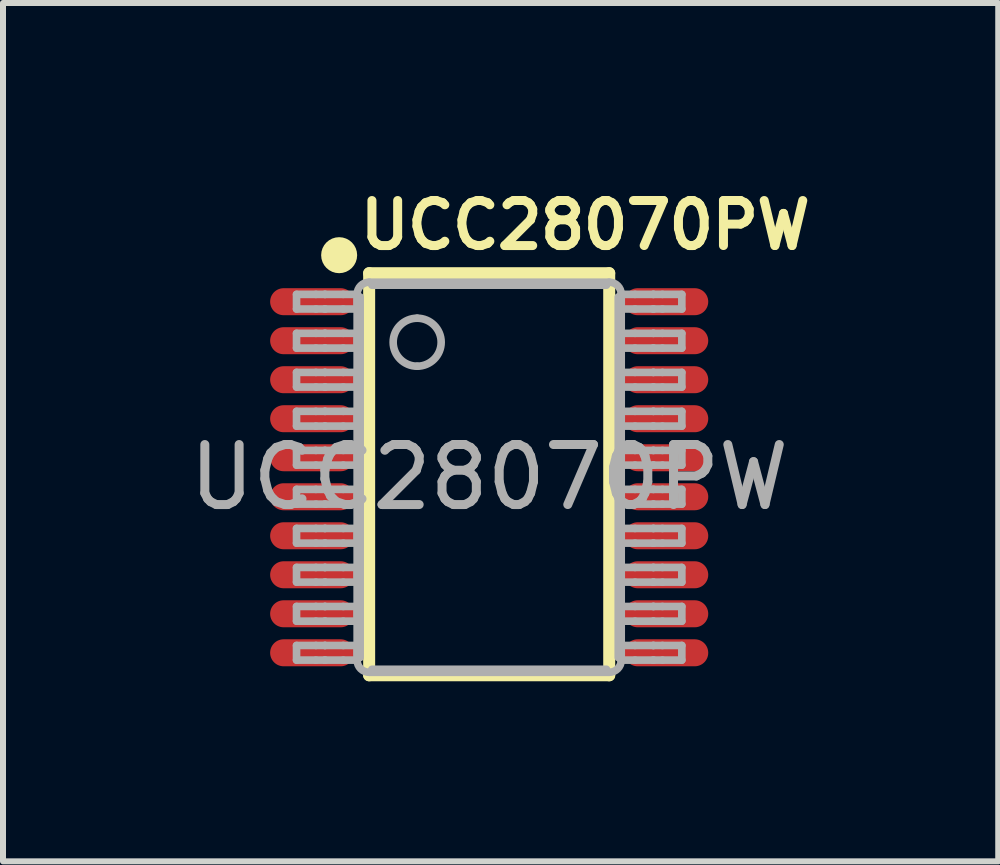
<source format=kicad_pcb>
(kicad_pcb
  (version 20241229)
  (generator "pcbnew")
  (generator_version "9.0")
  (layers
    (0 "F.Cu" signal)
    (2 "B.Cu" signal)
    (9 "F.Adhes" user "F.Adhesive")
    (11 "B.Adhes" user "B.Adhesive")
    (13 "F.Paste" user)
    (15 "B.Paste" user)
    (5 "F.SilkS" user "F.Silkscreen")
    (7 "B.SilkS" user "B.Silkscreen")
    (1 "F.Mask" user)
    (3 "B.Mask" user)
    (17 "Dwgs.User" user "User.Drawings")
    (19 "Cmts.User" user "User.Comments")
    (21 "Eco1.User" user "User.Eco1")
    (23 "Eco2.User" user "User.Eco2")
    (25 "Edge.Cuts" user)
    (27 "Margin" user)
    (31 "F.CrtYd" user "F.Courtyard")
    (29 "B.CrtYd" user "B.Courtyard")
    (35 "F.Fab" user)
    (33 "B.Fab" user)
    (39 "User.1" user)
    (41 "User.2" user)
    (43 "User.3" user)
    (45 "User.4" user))
  (footprint "UCC28070PW"
    (layer "F.Cu")
    (at 5.101 4.902)
    (property "Reference" "UCC28070PW" (at 1.6 -4.2 0) (unlocked yes) (layer "F.SilkS") (effects (font (size 0.75 0.75) (thickness 0.15))))
    (attr smd)
    (fp_line (start -2 -3.4) (end -2 3.3) (stroke (width 0.2) (type default)) (layer "F.SilkS"))
    (fp_line (start -2 -3.4) (end 2 -3.4) (stroke (width 0.2) (type solid)) (layer "F.SilkS"))
    (fp_line (start -2 3.3) (end 2 3.3) (stroke (width 0.2) (type solid)) (layer "F.SilkS"))
    (fp_line (start 2 3.3) (end 2 -3.4) (stroke (width 0.2) (type default)) (layer "F.SilkS"))
    (fp_circle (center -2.5 -3.7) (end -2.35 -3.7) (stroke (width 0.3) (type default)) (fill no) (layer "F.SilkS"))
    (fp_line (start -3.21 -3.047) (end -2.887 -3.047) (stroke (width 0.127) (type solid)) (layer "F.Fab"))
    (fp_line (start -3.21 -2.803) (end -3.21 -3.047) (stroke (width 0.127) (type solid)) (layer "F.Fab"))
    (fp_line (start -3.21 -2.803) (end -2.887 -2.803) (stroke (width 0.127) (type solid)) (layer "F.Fab"))
    (fp_line (start -3.21 -2.398) (end -2.887 -2.398) (stroke (width 0.127) (type solid)) (layer "F.Fab"))
    (fp_line (start -3.21 -2.152) (end -3.21 -2.398) (stroke (width 0.127) (type solid)) (layer "F.Fab"))
    (fp_line (start -3.21 -2.152) (end -2.887 -2.152) (stroke (width 0.127) (type solid)) (layer "F.Fab"))
    (fp_line (start -3.21 -1.747) (end -2.887 -1.747) (stroke (width 0.127) (type solid)) (layer "F.Fab"))
    (fp_line (start -3.21 -1.503) (end -3.21 -1.747) (stroke (width 0.127) (type solid)) (layer "F.Fab"))
    (fp_line (start -3.21 -1.503) (end -2.887 -1.503) (stroke (width 0.127) (type solid)) (layer "F.Fab"))
    (fp_line (start -3.21 -1.098) (end -2.887 -1.098) (stroke (width 0.127) (type solid)) (layer "F.Fab"))
    (fp_line (start -3.21 -0.852) (end -3.21 -1.098) (stroke (width 0.127) (type solid)) (layer "F.Fab"))
    (fp_line (start -3.21 -0.852) (end -2.887 -0.852) (stroke (width 0.127) (type solid)) (layer "F.Fab"))
    (fp_line (start -3.21 -0.447) (end -2.887 -0.447) (stroke (width 0.127) (type solid)) (layer "F.Fab"))
    (fp_line (start -3.21 -0.202) (end -3.21 -0.447) (stroke (width 0.127) (type solid)) (layer "F.Fab"))
    (fp_line (start -3.21 -0.202) (end -2.887 -0.202) (stroke (width 0.127) (type solid)) (layer "F.Fab"))
    (fp_line (start -3.21 0.202) (end -2.887 0.202) (stroke (width 0.127) (type solid)) (layer "F.Fab"))
    (fp_line (start -3.21 0.448) (end -3.21 0.202) (stroke (width 0.127) (type solid)) (layer "F.Fab"))
    (fp_line (start -3.21 0.448) (end -2.887 0.448) (stroke (width 0.127) (type solid)) (layer "F.Fab"))
    (fp_line (start -3.21 0.853) (end -2.887 0.853) (stroke (width 0.127) (type solid)) (layer "F.Fab"))
    (fp_line (start -3.21 1.098) (end -3.21 0.853) (stroke (width 0.127) (type solid)) (layer "F.Fab"))
    (fp_line (start -3.21 1.098) (end -2.887 1.098) (stroke (width 0.127) (type solid)) (layer "F.Fab"))
    (fp_line (start -3.21 1.503) (end -2.887 1.503) (stroke (width 0.127) (type solid)) (layer "F.Fab"))
    (fp_line (start -3.21 1.748) (end -3.21 1.503) (stroke (width 0.127) (type solid)) (layer "F.Fab"))
    (fp_line (start -3.21 1.748) (end -2.887 1.748) (stroke (width 0.127) (type solid)) (layer "F.Fab"))
    (fp_line (start -3.21 2.153) (end -2.887 2.153) (stroke (width 0.127) (type solid)) (layer "F.Fab"))
    (fp_line (start -3.21 2.398) (end -3.21 2.153) (stroke (width 0.127) (type solid)) (layer "F.Fab"))
    (fp_line (start -3.21 2.398) (end -2.887 2.398) (stroke (width 0.127) (type solid)) (layer "F.Fab"))
    (fp_line (start -3.21 2.803) (end -2.887 2.803) (stroke (width 0.127) (type solid)) (layer "F.Fab"))
    (fp_line (start -3.21 3.047) (end -3.21 2.803) (stroke (width 0.127) (type solid)) (layer "F.Fab"))
    (fp_line (start -3.21 3.047) (end -2.887 3.047) (stroke (width 0.127) (type solid)) (layer "F.Fab"))
    (fp_line (start -2.887 -3.047) (end -2.739 -3.047) (stroke (width 0.127) (type solid)) (layer "F.Fab"))
    (fp_line (start -2.887 -2.803) (end -2.739 -2.803) (stroke (width 0.127) (type solid)) (layer "F.Fab"))
    (fp_line (start -2.887 -2.398) (end -2.739 -2.398) (stroke (width 0.127) (type solid)) (layer "F.Fab"))
    (fp_line (start -2.887 -2.152) (end -2.739 -2.152) (stroke (width 0.127) (type solid)) (layer "F.Fab"))
    (fp_line (start -2.887 -1.747) (end -2.739 -1.747) (stroke (width 0.127) (type solid)) (layer "F.Fab"))
    (fp_line (start -2.887 -1.503) (end -2.739 -1.503) (stroke (width 0.127) (type solid)) (layer "F.Fab"))
    (fp_line (start -2.887 -1.098) (end -2.739 -1.098) (stroke (width 0.127) (type solid)) (layer "F.Fab"))
    (fp_line (start -2.887 -0.852) (end -2.739 -0.852) (stroke (width 0.127) (type solid)) (layer "F.Fab"))
    (fp_line (start -2.887 -0.447) (end -2.739 -0.447) (stroke (width 0.127) (type solid)) (layer "F.Fab"))
    (fp_line (start -2.887 -0.202) (end -2.739 -0.202) (stroke (width 0.127) (type solid)) (layer "F.Fab"))
    (fp_line (start -2.887 0.202) (end -2.739 0.202) (stroke (width 0.127) (type solid)) (layer "F.Fab"))
    (fp_line (start -2.887 0.448) (end -2.739 0.448) (stroke (width 0.127) (type solid)) (layer "F.Fab"))
    (fp_line (start -2.887 0.853) (end -2.739 0.853) (stroke (width 0.127) (type solid)) (layer "F.Fab"))
    (fp_line (start -2.887 1.098) (end -2.739 1.098) (stroke (width 0.127) (type solid)) (layer "F.Fab"))
    (fp_line (start -2.887 1.503) (end -2.739 1.503) (stroke (width 0.127) (type solid)) (layer "F.Fab"))
    (fp_line (start -2.887 1.748) (end -2.739 1.748) (stroke (width 0.127) (type solid)) (layer "F.Fab"))
    (fp_line (start -2.887 2.153) (end -2.739 2.153) (stroke (width 0.127) (type solid)) (layer "F.Fab"))
    (fp_line (start -2.887 2.398) (end -2.739 2.398) (stroke (width 0.127) (type solid)) (layer "F.Fab"))
    (fp_line (start -2.887 2.803) (end -2.739 2.803) (stroke (width 0.127) (type solid)) (layer "F.Fab"))
    (fp_line (start -2.887 3.047) (end -2.739 3.047) (stroke (width 0.127) (type solid)) (layer "F.Fab"))
    (fp_line (start -2.739 -3.047) (end -2.733 -3.047) (stroke (width 0.127) (type solid)) (layer "F.Fab"))
    (fp_line (start -2.739 -2.803) (end -2.733 -2.803) (stroke (width 0.127) (type solid)) (layer "F.Fab"))
    (fp_line (start -2.739 -2.398) (end -2.733 -2.398) (stroke (width 0.127) (type solid)) (layer "F.Fab"))
    (fp_line (start -2.739 -2.152) (end -2.733 -2.152) (stroke (width 0.127) (type solid)) (layer "F.Fab"))
    (fp_line (start -2.739 -1.747) (end -2.733 -1.747) (stroke (width 0.127) (type solid)) (layer "F.Fab"))
    (fp_line (start -2.739 -1.503) (end -2.733 -1.503) (stroke (width 0.127) (type solid)) (layer "F.Fab"))
    (fp_line (start -2.739 -1.098) (end -2.733 -1.098) (stroke (width 0.127) (type solid)) (layer "F.Fab"))
    (fp_line (start -2.739 -0.852) (end -2.733 -0.852) (stroke (width 0.127) (type solid)) (layer "F.Fab"))
    (fp_line (start -2.739 -0.447) (end -2.733 -0.447) (stroke (width 0.127) (type solid)) (layer "F.Fab"))
    (fp_line (start -2.739 -0.202) (end -2.733 -0.202) (stroke (width 0.127) (type solid)) (layer "F.Fab"))
    (fp_line (start -2.739 0.202) (end -2.733 0.202) (stroke (width 0.127) (type solid)) (layer "F.Fab"))
    (fp_line (start -2.739 0.448) (end -2.733 0.448) (stroke (width 0.127) (type solid)) (layer "F.Fab"))
    (fp_line (start -2.739 0.853) (end -2.733 0.853) (stroke (width 0.127) (type solid)) (layer "F.Fab"))
    (fp_line (start -2.739 1.098) (end -2.733 1.098) (stroke (width 0.127) (type solid)) (layer "F.Fab"))
    (fp_line (start -2.739 1.503) (end -2.733 1.503) (stroke (width 0.127) (type solid)) (layer "F.Fab"))
    (fp_line (start -2.739 1.748) (end -2.733 1.748) (stroke (width 0.127) (type solid)) (layer "F.Fab"))
    (fp_line (start -2.739 2.153) (end -2.733 2.153) (stroke (width 0.127) (type solid)) (layer "F.Fab"))
    (fp_line (start -2.739 2.398) (end -2.733 2.398) (stroke (width 0.127) (type solid)) (layer "F.Fab"))
    (fp_line (start -2.739 2.803) (end -2.733 2.803) (stroke (width 0.127) (type solid)) (layer "F.Fab"))
    (fp_line (start -2.739 3.047) (end -2.733 3.047) (stroke (width 0.127) (type solid)) (layer "F.Fab"))
    (fp_line (start -2.733 -3.047) (end -2.431 -3.047) (stroke (width 0.127) (type solid)) (layer "F.Fab"))
    (fp_line (start -2.733 -2.803) (end -2.431 -2.803) (stroke (width 0.127) (type solid)) (layer "F.Fab"))
    (fp_line (start -2.733 -2.398) (end -2.431 -2.398) (stroke (width 0.127) (type solid)) (layer "F.Fab"))
    (fp_line (start -2.733 -2.152) (end -2.431 -2.152) (stroke (width 0.127) (type solid)) (layer "F.Fab"))
    (fp_line (start -2.733 -1.747) (end -2.431 -1.747) (stroke (width 0.127) (type solid)) (layer "F.Fab"))
    (fp_line (start -2.733 -1.503) (end -2.431 -1.503) (stroke (width 0.127) (type solid)) (layer "F.Fab"))
    (fp_line (start -2.733 -1.098) (end -2.431 -1.098) (stroke (width 0.127) (type solid)) (layer "F.Fab"))
    (fp_line (start -2.733 -0.852) (end -2.431 -0.852) (stroke (width 0.127) (type solid)) (layer "F.Fab"))
    (fp_line (start -2.733 -0.447) (end -2.431 -0.447) (stroke (width 0.127) (type solid)) (layer "F.Fab"))
    (fp_line (start -2.733 -0.202) (end -2.431 -0.202) (stroke (width 0.127) (type solid)) (layer "F.Fab"))
    (fp_line (start -2.733 0.202) (end -2.431 0.202) (stroke (width 0.127) (type solid)) (layer "F.Fab"))
    (fp_line (start -2.733 0.448) (end -2.431 0.448) (stroke (width 0.127) (type solid)) (layer "F.Fab"))
    (fp_line (start -2.733 0.853) (end -2.431 0.853) (stroke (width 0.127) (type solid)) (layer "F.Fab"))
    (fp_line (start -2.733 1.098) (end -2.431 1.098) (stroke (width 0.127) (type solid)) (layer "F.Fab"))
    (fp_line (start -2.733 1.503) (end -2.431 1.503) (stroke (width 0.127) (type solid)) (layer "F.Fab"))
    (fp_line (start -2.733 1.748) (end -2.431 1.748) (stroke (width 0.127) (type solid)) (layer "F.Fab"))
    (fp_line (start -2.733 2.153) (end -2.431 2.153) (stroke (width 0.127) (type solid)) (layer "F.Fab"))
    (fp_line (start -2.733 2.398) (end -2.431 2.398) (stroke (width 0.127) (type solid)) (layer "F.Fab"))
    (fp_line (start -2.733 2.803) (end -2.431 2.803) (stroke (width 0.127) (type solid)) (layer "F.Fab"))
    (fp_line (start -2.733 3.047) (end -2.431 3.047) (stroke (width 0.127) (type solid)) (layer "F.Fab"))
    (fp_line (start -2.431 -3.047) (end -2.2 -3.047) (stroke (width 0.127) (type solid)) (layer "F.Fab"))
    (fp_line (start -2.431 -2.803) (end -2.2 -2.803) (stroke (width 0.127) (type solid)) (layer "F.Fab"))
    (fp_line (start -2.431 -2.398) (end -2.2 -2.398) (stroke (width 0.127) (type solid)) (layer "F.Fab"))
    (fp_line (start -2.431 -2.152) (end -2.2 -2.152) (stroke (width 0.127) (type solid)) (layer "F.Fab"))
    (fp_line (start -2.431 -1.747) (end -2.2 -1.747) (stroke (width 0.127) (type solid)) (layer "F.Fab"))
    (fp_line (start -2.431 -1.503) (end -2.2 -1.503) (stroke (width 0.127) (type solid)) (layer "F.Fab"))
    (fp_line (start -2.431 -1.098) (end -2.2 -1.098) (stroke (width 0.127) (type solid)) (layer "F.Fab"))
    (fp_line (start -2.431 -0.852) (end -2.2 -0.852) (stroke (width 0.127) (type solid)) (layer "F.Fab"))
    (fp_line (start -2.431 -0.447) (end -2.2 -0.447) (stroke (width 0.127) (type solid)) (layer "F.Fab"))
    (fp_line (start -2.431 -0.202) (end -2.2 -0.202) (stroke (width 0.127) (type solid)) (layer "F.Fab"))
    (fp_line (start -2.431 0.202) (end -2.2 0.202) (stroke (width 0.127) (type solid)) (layer "F.Fab"))
    (fp_line (start -2.431 0.448) (end -2.2 0.448) (stroke (width 0.127) (type solid)) (layer "F.Fab"))
    (fp_line (start -2.431 0.853) (end -2.2 0.853) (stroke (width 0.127) (type solid)) (layer "F.Fab"))
    (fp_line (start -2.431 1.098) (end -2.2 1.098) (stroke (width 0.127) (type solid)) (layer "F.Fab"))
    (fp_line (start -2.431 1.503) (end -2.2 1.503) (stroke (width 0.127) (type solid)) (layer "F.Fab"))
    (fp_line (start -2.431 1.748) (end -2.2 1.748) (stroke (width 0.127) (type solid)) (layer "F.Fab"))
    (fp_line (start -2.431 2.153) (end -2.2 2.153) (stroke (width 0.127) (type solid)) (layer "F.Fab"))
    (fp_line (start -2.431 2.398) (end -2.2 2.398) (stroke (width 0.127) (type solid)) (layer "F.Fab"))
    (fp_line (start -2.431 2.803) (end -2.2 2.803) (stroke (width 0.127) (type solid)) (layer "F.Fab"))
    (fp_line (start -2.431 3.047) (end -2.2 3.047) (stroke (width 0.127) (type solid)) (layer "F.Fab"))
    (fp_line (start -2.2 -2.803) (end -2.2 -3.047) (stroke (width 0.127) (type solid)) (layer "F.Fab"))
    (fp_line (start -2.2 -2.152) (end -2.2 -2.398) (stroke (width 0.127) (type solid)) (layer "F.Fab"))
    (fp_line (start -2.2 -1.503) (end -2.2 -1.747) (stroke (width 0.127) (type solid)) (layer "F.Fab"))
    (fp_line (start -2.2 -0.852) (end -2.2 -1.098) (stroke (width 0.127) (type solid)) (layer "F.Fab"))
    (fp_line (start -2.2 -0.202) (end -2.2 -0.447) (stroke (width 0.127) (type solid)) (layer "F.Fab"))
    (fp_line (start -2.2 0.448) (end -2.2 0.202) (stroke (width 0.127) (type solid)) (layer "F.Fab"))
    (fp_line (start -2.2 1.098) (end -2.2 0.853) (stroke (width 0.127) (type solid)) (layer "F.Fab"))
    (fp_line (start -2.2 1.748) (end -2.2 1.503) (stroke (width 0.127) (type solid)) (layer "F.Fab"))
    (fp_line (start -2.2 2.398) (end -2.2 2.153) (stroke (width 0.127) (type solid)) (layer "F.Fab"))
    (fp_line (start -2.2 3.047) (end -2.2 2.803) (stroke (width 0.127) (type solid)) (layer "F.Fab"))
    (fp_line (start -2.2 3.05) (end -2.2 -3.05) (stroke (width 0.127) (type solid)) (layer "F.Fab"))
    (fp_line (start -2.15 3.004) (end -2.15 -3.004) (stroke (width 0.127) (type solid)) (layer "F.Fab"))
    (fp_line (start -2 -3.25) (end 2 -3.25) (stroke (width 0.127) (type solid)) (layer "F.Fab"))
    (fp_line (start -2 3.25) (end 2 3.25) (stroke (width 0.127) (type solid)) (layer "F.Fab"))
    (fp_line (start -1.954 -3.2) (end 1.954 -3.2) (stroke (width 0.127) (type solid)) (layer "F.Fab"))
    (fp_line (start -1.954 3.2) (end 1.954 3.2) (stroke (width 0.127) (type solid)) (layer "F.Fab"))
    (fp_line (start 2.15 3.004) (end 2.15 -3.004) (stroke (width 0.127) (type solid)) (layer "F.Fab"))
    (fp_line (start 2.2 -3.047) (end 2.43 -3.047) (stroke (width 0.127) (type solid)) (layer "F.Fab"))
    (fp_line (start 2.2 -2.803) (end 2.2 -3.047) (stroke (width 0.127) (type solid)) (layer "F.Fab"))
    (fp_line (start 2.2 -2.803) (end 2.43 -2.803) (stroke (width 0.127) (type solid)) (layer "F.Fab"))
    (fp_line (start 2.2 -2.398) (end 2.43 -2.398) (stroke (width 0.127) (type solid)) (layer "F.Fab"))
    (fp_line (start 2.2 -2.152) (end 2.2 -2.398) (stroke (width 0.127) (type solid)) (layer "F.Fab"))
    (fp_line (start 2.2 -2.152) (end 2.43 -2.152) (stroke (width 0.127) (type solid)) (layer "F.Fab"))
    (fp_line (start 2.2 -1.747) (end 2.43 -1.747) (stroke (width 0.127) (type solid)) (layer "F.Fab"))
    (fp_line (start 2.2 -1.503) (end 2.2 -1.747) (stroke (width 0.127) (type solid)) (layer "F.Fab"))
    (fp_line (start 2.2 -1.503) (end 2.43 -1.503) (stroke (width 0.127) (type solid)) (layer "F.Fab"))
    (fp_line (start 2.2 -1.098) (end 2.43 -1.098) (stroke (width 0.127) (type solid)) (layer "F.Fab"))
    (fp_line (start 2.2 -0.852) (end 2.2 -1.098) (stroke (width 0.127) (type solid)) (layer "F.Fab"))
    (fp_line (start 2.2 -0.852) (end 2.43 -0.852) (stroke (width 0.127) (type solid)) (layer "F.Fab"))
    (fp_line (start 2.2 -0.447) (end 2.43 -0.447) (stroke (width 0.127) (type solid)) (layer "F.Fab"))
    (fp_line (start 2.2 -0.202) (end 2.2 -0.447) (stroke (width 0.127) (type solid)) (layer "F.Fab"))
    (fp_line (start 2.2 -0.202) (end 2.43 -0.202) (stroke (width 0.127) (type solid)) (layer "F.Fab"))
    (fp_line (start 2.2 0.202) (end 2.43 0.202) (stroke (width 0.127) (type solid)) (layer "F.Fab"))
    (fp_line (start 2.2 0.448) (end 2.2 0.202) (stroke (width 0.127) (type solid)) (layer "F.Fab"))
    (fp_line (start 2.2 0.448) (end 2.43 0.448) (stroke (width 0.127) (type solid)) (layer "F.Fab"))
    (fp_line (start 2.2 0.853) (end 2.43 0.853) (stroke (width 0.127) (type solid)) (layer "F.Fab"))
    (fp_line (start 2.2 1.098) (end 2.2 0.853) (stroke (width 0.127) (type solid)) (layer "F.Fab"))
    (fp_line (start 2.2 1.098) (end 2.43 1.098) (stroke (width 0.127) (type solid)) (layer "F.Fab"))
    (fp_line (start 2.2 1.503) (end 2.43 1.503) (stroke (width 0.127) (type solid)) (layer "F.Fab"))
    (fp_line (start 2.2 1.748) (end 2.2 1.503) (stroke (width 0.127) (type solid)) (layer "F.Fab"))
    (fp_line (start 2.2 1.748) (end 2.43 1.748) (stroke (width 0.127) (type solid)) (layer "F.Fab"))
    (fp_line (start 2.2 2.153) (end 2.43 2.153) (stroke (width 0.127) (type solid)) (layer "F.Fab"))
    (fp_line (start 2.2 2.398) (end 2.2 2.153) (stroke (width 0.127) (type solid)) (layer "F.Fab"))
    (fp_line (start 2.2 2.398) (end 2.43 2.398) (stroke (width 0.127) (type solid)) (layer "F.Fab"))
    (fp_line (start 2.2 2.803) (end 2.43 2.803) (stroke (width 0.127) (type solid)) (layer "F.Fab"))
    (fp_line (start 2.2 3.047) (end 2.2 2.803) (stroke (width 0.127) (type solid)) (layer "F.Fab"))
    (fp_line (start 2.2 3.047) (end 2.43 3.047) (stroke (width 0.127) (type solid)) (layer "F.Fab"))
    (fp_line (start 2.2 3.05) (end 2.2 -3.05) (stroke (width 0.127) (type solid)) (layer "F.Fab"))
    (fp_line (start 2.43 -3.047) (end 2.733 -3.047) (stroke (width 0.127) (type solid)) (layer "F.Fab"))
    (fp_line (start 2.43 -2.803) (end 2.733 -2.803) (stroke (width 0.127) (type solid)) (layer "F.Fab"))
    (fp_line (start 2.43 -2.398) (end 2.733 -2.398) (stroke (width 0.127) (type solid)) (layer "F.Fab"))
    (fp_line (start 2.43 -2.152) (end 2.733 -2.152) (stroke (width 0.127) (type solid)) (layer "F.Fab"))
    (fp_line (start 2.43 -1.747) (end 2.733 -1.747) (stroke (width 0.127) (type solid)) (layer "F.Fab"))
    (fp_line (start 2.43 -1.503) (end 2.733 -1.503) (stroke (width 0.127) (type solid)) (layer "F.Fab"))
    (fp_line (start 2.43 -1.098) (end 2.733 -1.098) (stroke (width 0.127) (type solid)) (layer "F.Fab"))
    (fp_line (start 2.43 -0.852) (end 2.733 -0.852) (stroke (width 0.127) (type solid)) (layer "F.Fab"))
    (fp_line (start 2.43 -0.447) (end 2.733 -0.447) (stroke (width 0.127) (type solid)) (layer "F.Fab"))
    (fp_line (start 2.43 -0.202) (end 2.733 -0.202) (stroke (width 0.127) (type solid)) (layer "F.Fab"))
    (fp_line (start 2.43 0.202) (end 2.733 0.202) (stroke (width 0.127) (type solid)) (layer "F.Fab"))
    (fp_line (start 2.43 0.448) (end 2.733 0.448) (stroke (width 0.127) (type solid)) (layer "F.Fab"))
    (fp_line (start 2.43 0.853) (end 2.733 0.853) (stroke (width 0.127) (type solid)) (layer "F.Fab"))
    (fp_line (start 2.43 1.098) (end 2.733 1.098) (stroke (width 0.127) (type solid)) (layer "F.Fab"))
    (fp_line (start 2.43 1.503) (end 2.733 1.503) (stroke (width 0.127) (type solid)) (layer "F.Fab"))
    (fp_line (start 2.43 1.748) (end 2.733 1.748) (stroke (width 0.127) (type solid)) (layer "F.Fab"))
    (fp_line (start 2.43 2.153) (end 2.733 2.153) (stroke (width 0.127) (type solid)) (layer "F.Fab"))
    (fp_line (start 2.43 2.398) (end 2.733 2.398) (stroke (width 0.127) (type solid)) (layer "F.Fab"))
    (fp_line (start 2.43 2.803) (end 2.733 2.803) (stroke (width 0.127) (type solid)) (layer "F.Fab"))
    (fp_line (start 2.43 3.047) (end 2.733 3.047) (stroke (width 0.127) (type solid)) (layer "F.Fab"))
    (fp_line (start 2.733 -3.047) (end 2.739 -3.047) (stroke (width 0.127) (type solid)) (layer "F.Fab"))
    (fp_line (start 2.733 -2.803) (end 2.739 -2.803) (stroke (width 0.127) (type solid)) (layer "F.Fab"))
    (fp_line (start 2.733 -2.398) (end 2.739 -2.398) (stroke (width 0.127) (type solid)) (layer "F.Fab"))
    (fp_line (start 2.733 -2.152) (end 2.739 -2.152) (stroke (width 0.127) (type solid)) (layer "F.Fab"))
    (fp_line (start 2.733 -1.747) (end 2.739 -1.747) (stroke (width 0.127) (type solid)) (layer "F.Fab"))
    (fp_line (start 2.733 -1.503) (end 2.739 -1.503) (stroke (width 0.127) (type solid)) (layer "F.Fab"))
    (fp_line (start 2.733 -1.098) (end 2.739 -1.098) (stroke (width 0.127) (type solid)) (layer "F.Fab"))
    (fp_line (start 2.733 -0.852) (end 2.739 -0.852) (stroke (width 0.127) (type solid)) (layer "F.Fab"))
    (fp_line (start 2.733 -0.447) (end 2.739 -0.447) (stroke (width 0.127) (type solid)) (layer "F.Fab"))
    (fp_line (start 2.733 -0.202) (end 2.739 -0.202) (stroke (width 0.127) (type solid)) (layer "F.Fab"))
    (fp_line (start 2.733 0.202) (end 2.739 0.202) (stroke (width 0.127) (type solid)) (layer "F.Fab"))
    (fp_line (start 2.733 0.448) (end 2.739 0.448) (stroke (width 0.127) (type solid)) (layer "F.Fab"))
    (fp_line (start 2.733 0.853) (end 2.739 0.853) (stroke (width 0.127) (type solid)) (layer "F.Fab"))
    (fp_line (start 2.733 1.098) (end 2.739 1.098) (stroke (width 0.127) (type solid)) (layer "F.Fab"))
    (fp_line (start 2.733 1.503) (end 2.739 1.503) (stroke (width 0.127) (type solid)) (layer "F.Fab"))
    (fp_line (start 2.733 1.748) (end 2.739 1.748) (stroke (width 0.127) (type solid)) (layer "F.Fab"))
    (fp_line (start 2.733 2.153) (end 2.739 2.153) (stroke (width 0.127) (type solid)) (layer "F.Fab"))
    (fp_line (start 2.733 2.398) (end 2.739 2.398) (stroke (width 0.127) (type solid)) (layer "F.Fab"))
    (fp_line (start 2.733 2.803) (end 2.739 2.803) (stroke (width 0.127) (type solid)) (layer "F.Fab"))
    (fp_line (start 2.733 3.047) (end 2.739 3.047) (stroke (width 0.127) (type solid)) (layer "F.Fab"))
    (fp_line (start 2.739 -3.047) (end 2.887 -3.047) (stroke (width 0.127) (type solid)) (layer "F.Fab"))
    (fp_line (start 2.739 -2.803) (end 2.887 -2.803) (stroke (width 0.127) (type solid)) (layer "F.Fab"))
    (fp_line (start 2.739 -2.398) (end 2.887 -2.398) (stroke (width 0.127) (type solid)) (layer "F.Fab"))
    (fp_line (start 2.739 -2.152) (end 2.887 -2.152) (stroke (width 0.127) (type solid)) (layer "F.Fab"))
    (fp_line (start 2.739 -1.747) (end 2.887 -1.747) (stroke (width 0.127) (type solid)) (layer "F.Fab"))
    (fp_line (start 2.739 -1.503) (end 2.887 -1.503) (stroke (width 0.127) (type solid)) (layer "F.Fab"))
    (fp_line (start 2.739 -1.098) (end 2.887 -1.098) (stroke (width 0.127) (type solid)) (layer "F.Fab"))
    (fp_line (start 2.739 -0.852) (end 2.887 -0.852) (stroke (width 0.127) (type solid)) (layer "F.Fab"))
    (fp_line (start 2.739 -0.447) (end 2.887 -0.447) (stroke (width 0.127) (type solid)) (layer "F.Fab"))
    (fp_line (start 2.739 -0.202) (end 2.887 -0.202) (stroke (width 0.127) (type solid)) (layer "F.Fab"))
    (fp_line (start 2.739 0.202) (end 2.887 0.202) (stroke (width 0.127) (type solid)) (layer "F.Fab"))
    (fp_line (start 2.739 0.448) (end 2.887 0.448) (stroke (width 0.127) (type solid)) (layer "F.Fab"))
    (fp_line (start 2.739 0.853) (end 2.887 0.853) (stroke (width 0.127) (type solid)) (layer "F.Fab"))
    (fp_line (start 2.739 1.098) (end 2.887 1.098) (stroke (width 0.127) (type solid)) (layer "F.Fab"))
    (fp_line (start 2.739 1.503) (end 2.887 1.503) (stroke (width 0.127) (type solid)) (layer "F.Fab"))
    (fp_line (start 2.739 1.748) (end 2.887 1.748) (stroke (width 0.127) (type solid)) (layer "F.Fab"))
    (fp_line (start 2.739 2.153) (end 2.887 2.153) (stroke (width 0.127) (type solid)) (layer "F.Fab"))
    (fp_line (start 2.739 2.398) (end 2.887 2.398) (stroke (width 0.127) (type solid)) (layer "F.Fab"))
    (fp_line (start 2.739 2.803) (end 2.887 2.803) (stroke (width 0.127) (type solid)) (layer "F.Fab"))
    (fp_line (start 2.739 3.047) (end 2.887 3.047) (stroke (width 0.127) (type solid)) (layer "F.Fab"))
    (fp_line (start 2.887 -3.047) (end 3.21 -3.047) (stroke (width 0.127) (type solid)) (layer "F.Fab"))
    (fp_line (start 2.887 -2.803) (end 3.21 -2.803) (stroke (width 0.127) (type solid)) (layer "F.Fab"))
    (fp_line (start 2.887 -2.398) (end 3.21 -2.398) (stroke (width 0.127) (type solid)) (layer "F.Fab"))
    (fp_line (start 2.887 -2.152) (end 3.21 -2.152) (stroke (width 0.127) (type solid)) (layer "F.Fab"))
    (fp_line (start 2.887 -1.747) (end 3.21 -1.747) (stroke (width 0.127) (type solid)) (layer "F.Fab"))
    (fp_line (start 2.887 -1.503) (end 3.21 -1.503) (stroke (width 0.127) (type solid)) (layer "F.Fab"))
    (fp_line (start 2.887 -1.098) (end 3.21 -1.098) (stroke (width 0.127) (type solid)) (layer "F.Fab"))
    (fp_line (start 2.887 -0.852) (end 3.21 -0.852) (stroke (width 0.127) (type solid)) (layer "F.Fab"))
    (fp_line (start 2.887 -0.447) (end 3.21 -0.447) (stroke (width 0.127) (type solid)) (layer "F.Fab"))
    (fp_line (start 2.887 -0.202) (end 3.21 -0.202) (stroke (width 0.127) (type solid)) (layer "F.Fab"))
    (fp_line (start 2.887 0.202) (end 3.21 0.202) (stroke (width 0.127) (type solid)) (layer "F.Fab"))
    (fp_line (start 2.887 0.448) (end 3.21 0.448) (stroke (width 0.127) (type solid)) (layer "F.Fab"))
    (fp_line (start 2.887 0.853) (end 3.21 0.853) (stroke (width 0.127) (type solid)) (layer "F.Fab"))
    (fp_line (start 2.887 1.098) (end 3.21 1.098) (stroke (width 0.127) (type solid)) (layer "F.Fab"))
    (fp_line (start 2.887 1.503) (end 3.21 1.503) (stroke (width 0.127) (type solid)) (layer "F.Fab"))
    (fp_line (start 2.887 1.748) (end 3.21 1.748) (stroke (width 0.127) (type solid)) (layer "F.Fab"))
    (fp_line (start 2.887 2.153) (end 3.21 2.153) (stroke (width 0.127) (type solid)) (layer "F.Fab"))
    (fp_line (start 2.887 2.398) (end 3.21 2.398) (stroke (width 0.127) (type solid)) (layer "F.Fab"))
    (fp_line (start 2.887 2.803) (end 3.21 2.803) (stroke (width 0.127) (type solid)) (layer "F.Fab"))
    (fp_line (start 2.887 3.047) (end 3.21 3.047) (stroke (width 0.127) (type solid)) (layer "F.Fab"))
    (fp_line (start 3.21 -2.803) (end 3.21 -3.047) (stroke (width 0.127) (type solid)) (layer "F.Fab"))
    (fp_line (start 3.21 -2.152) (end 3.21 -2.398) (stroke (width 0.127) (type solid)) (layer "F.Fab"))
    (fp_line (start 3.21 -1.503) (end 3.21 -1.747) (stroke (width 0.127) (type solid)) (layer "F.Fab"))
    (fp_line (start 3.21 -0.852) (end 3.21 -1.098) (stroke (width 0.127) (type solid)) (layer "F.Fab"))
    (fp_line (start 3.21 -0.202) (end 3.21 -0.447) (stroke (width 0.127) (type solid)) (layer "F.Fab"))
    (fp_line (start 3.21 0.448) (end 3.21 0.202) (stroke (width 0.127) (type solid)) (layer "F.Fab"))
    (fp_line (start 3.21 1.098) (end 3.21 0.853) (stroke (width 0.127) (type solid)) (layer "F.Fab"))
    (fp_line (start 3.21 1.748) (end 3.21 1.503) (stroke (width 0.127) (type solid)) (layer "F.Fab"))
    (fp_line (start 3.21 2.398) (end 3.21 2.153) (stroke (width 0.127) (type solid)) (layer "F.Fab"))
    (fp_line (start 3.21 3.047) (end 3.21 2.803) (stroke (width 0.127) (type solid)) (layer "F.Fab"))
    (fp_arc (start -2.200026 -3.050001) (mid -2.141435 -3.191428) (end -2.000001 -3.250001) (stroke (width 0.127) (type solid)) (layer "F.Fab"))
    (fp_arc (start -2.000001 3.250011) (mid -2.141435 3.191438) (end -2.200026 3.050012) (stroke (width 0.127) (type solid)) (layer "F.Fab"))
    (fp_arc (start -1.200003 -2.650002) (mid -0.800003 -2.250003) (end -1.200003 -1.850004) (stroke (width 0.127) (type solid)) (layer "F.Fab"))
    (fp_arc (start -1.200003 -1.850004) (mid -1.600002 -2.250003) (end -1.200003 -2.650002) (stroke (width 0.127) (type solid)) (layer "F.Fab"))
    (fp_arc (start 1.999991 -3.250001) (mid 2.141412 -3.191423) (end 2.199991 -3.050002) (stroke (width 0.127) (type solid)) (layer "F.Fab"))
    (fp_arc (start 2.199991 3.050012) (mid 2.141412 3.191433) (end 1.999991 3.250011) (stroke (width 0.127) (type solid)) (layer "F.Fab"))
    (fp_text user "${REFERENCE}" (at 0 0 0) (unlocked yes) (layer "F.Fab") (effects (font (size 1 1) (thickness 0.15))))
    (pad "1" smd oval (at -2.95 -2.925 90) (size 0.45 1.4) (layers "F.Cu" "F.Mask" "F.Paste"))
    (pad "2" smd oval (at -2.95 -2.275 90) (size 0.45 1.4) (layers "F.Cu" "F.Mask" "F.Paste"))
    (pad "3" smd oval (at -2.95 -1.625 90) (size 0.45 1.4) (layers "F.Cu" "F.Mask" "F.Paste"))
    (pad "4" smd oval (at -2.95 -0.975 90) (size 0.45 1.4) (layers "F.Cu" "F.Mask" "F.Paste"))
    (pad "5" smd oval (at -2.95 -0.325 90) (size 0.45 1.4) (layers "F.Cu" "F.Mask" "F.Paste"))
    (pad "6" smd oval (at -2.95 0.325 90) (size 0.45 1.4) (layers "F.Cu" "F.Mask" "F.Paste"))
    (pad "7" smd oval (at -2.95 0.975 90) (size 0.45 1.4) (layers "F.Cu" "F.Mask" "F.Paste"))
    (pad "8" smd oval (at -2.95 1.625 90) (size 0.45 1.4) (layers "F.Cu" "F.Mask" "F.Paste"))
    (pad "9" smd oval (at -2.95 2.275 90) (size 0.45 1.4) (layers "F.Cu" "F.Mask" "F.Paste"))
    (pad "10" smd oval (at -2.95 2.925 90) (size 0.45 1.4) (layers "F.Cu" "F.Mask" "F.Paste"))
    (pad "11" smd oval (at 2.95 2.925 90) (size 0.45 1.4) (layers "F.Cu" "F.Mask" "F.Paste"))
    (pad "12" smd oval (at 2.95 2.275 90) (size 0.45 1.4) (layers "F.Cu" "F.Mask" "F.Paste"))
    (pad "13" smd oval (at 2.95 1.625 90) (size 0.45 1.4) (layers "F.Cu" "F.Mask" "F.Paste"))
    (pad "14" smd oval (at 2.95 0.975 90) (size 0.45 1.4) (layers "F.Cu" "F.Mask" "F.Paste"))
    (pad "15" smd oval (at 2.95 0.325 90) (size 0.45 1.4) (layers "F.Cu" "F.Mask" "F.Paste"))
    (pad "16" smd oval (at 2.95 -0.325 90) (size 0.45 1.4) (layers "F.Cu" "F.Mask" "F.Paste"))
    (pad "17" smd oval (at 2.95 -0.975 90) (size 0.45 1.4) (layers "F.Cu" "F.Mask" "F.Paste"))
    (pad "18" smd oval (at 2.95 -1.625 90) (size 0.45 1.4) (layers "F.Cu" "F.Mask" "F.Paste"))
    (pad "19" smd oval (at 2.95 -2.275 90) (size 0.45 1.4) (layers "F.Cu" "F.Mask" "F.Paste"))
    (pad "20" smd oval (at 2.95 -2.925 90) (size 0.45 1.4) (layers "F.Cu" "F.Mask" "F.Paste")))
  (gr_rect
    (start -3 -3)
    (end 13.583 11.302)
    (stroke (width 0.1) (type default))
    (fill no)
    (layer "Edge.Cuts")))
</source>
